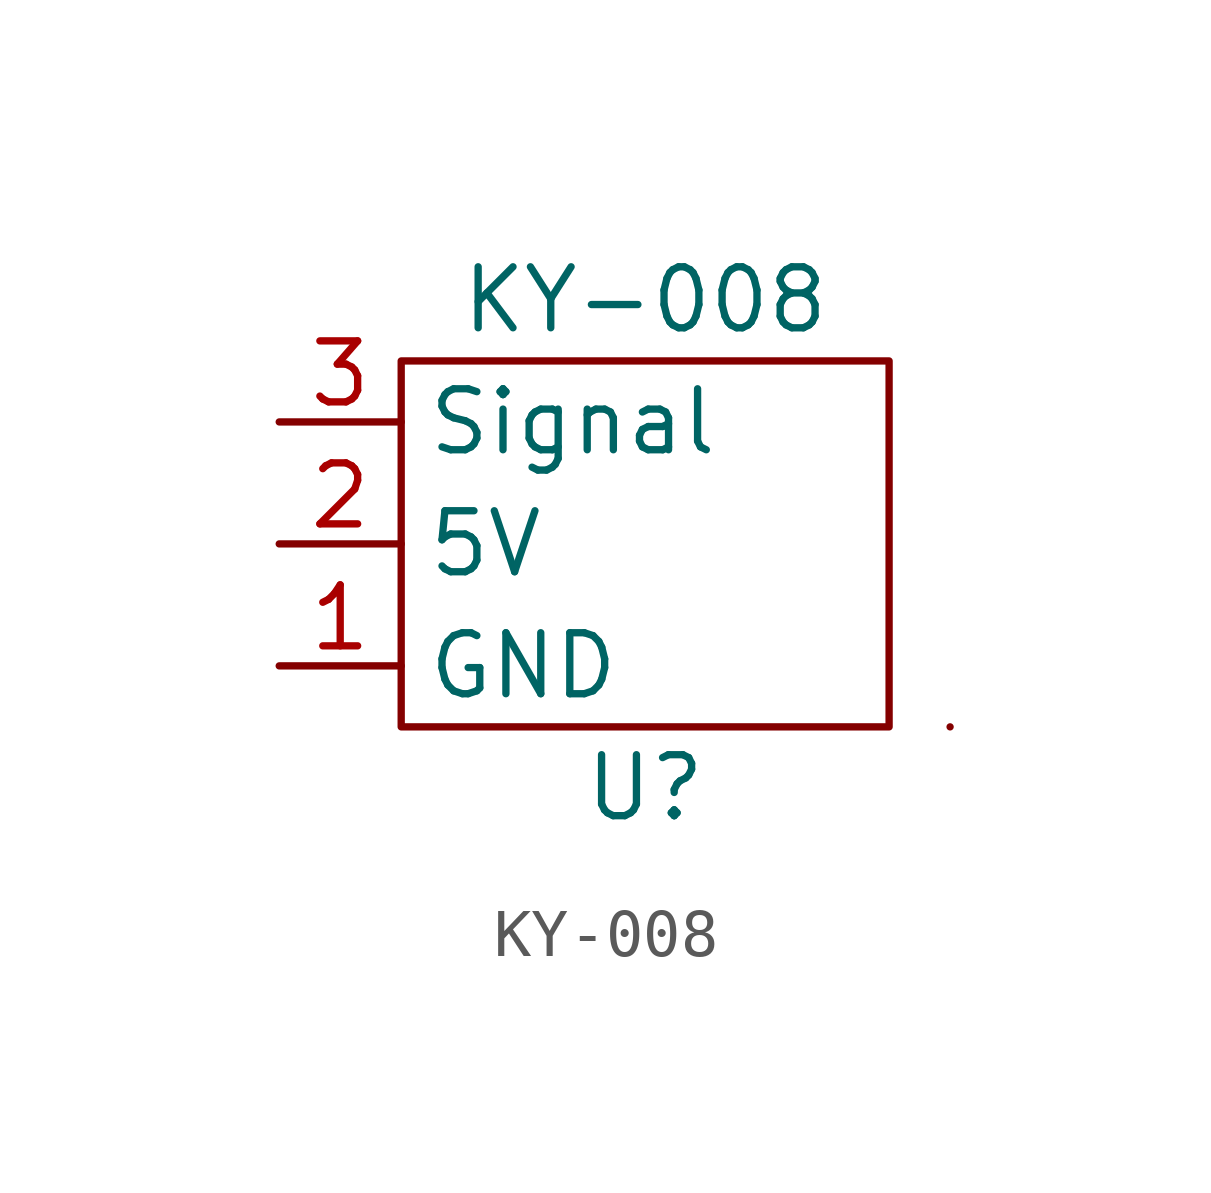
<source format=kicad_sym>
(kicad_symbol_lib
  (version 20211014)
  (generator kicad_symbol_editor)
  (symbol "KY-008"
    (property "Reference" "U"
      (at 3.81 -5.08 0)
      (effects (font (size 1.27 1.27))))
    (property "Value" "KY-008"
      (at 3.81 5.08 0)
      (effects (font (size 1.27 1.27))))
    (symbol "KY-008_0_1"
      (rectangle (start -1.27 3.81) (end 8.89 -3.81) (stroke (width 0) (type default) (color 0 0 0 0)) (fill (type none)))
      (rectangle (start 10.16 -3.81) (end 10.16 -3.81) (stroke (width 0) (type default) (color 0 0 0 0)) (fill (type none))))
    (symbol "KY-008_1_1"
      (pin power_in line (at -3.81 -2.54 0) (length 2.54) (name "GND" (effects (font (size 1.27 1.27)))) (number "1" (effects (font (size 1.27 1.27)))))
      (pin power_in line (at -3.81 0 0) (length 2.54) (name "5V" (effects (font (size 1.27 1.27)))) (number "2" (effects (font (size 1.27 1.27)))))
      (pin input line (at -3.81 2.54 0) (length 2.54) (name "Signal" (effects (font (size 1.27 1.27)))) (number "3" (effects (font (size 1.27 1.27))))))))
</source>
